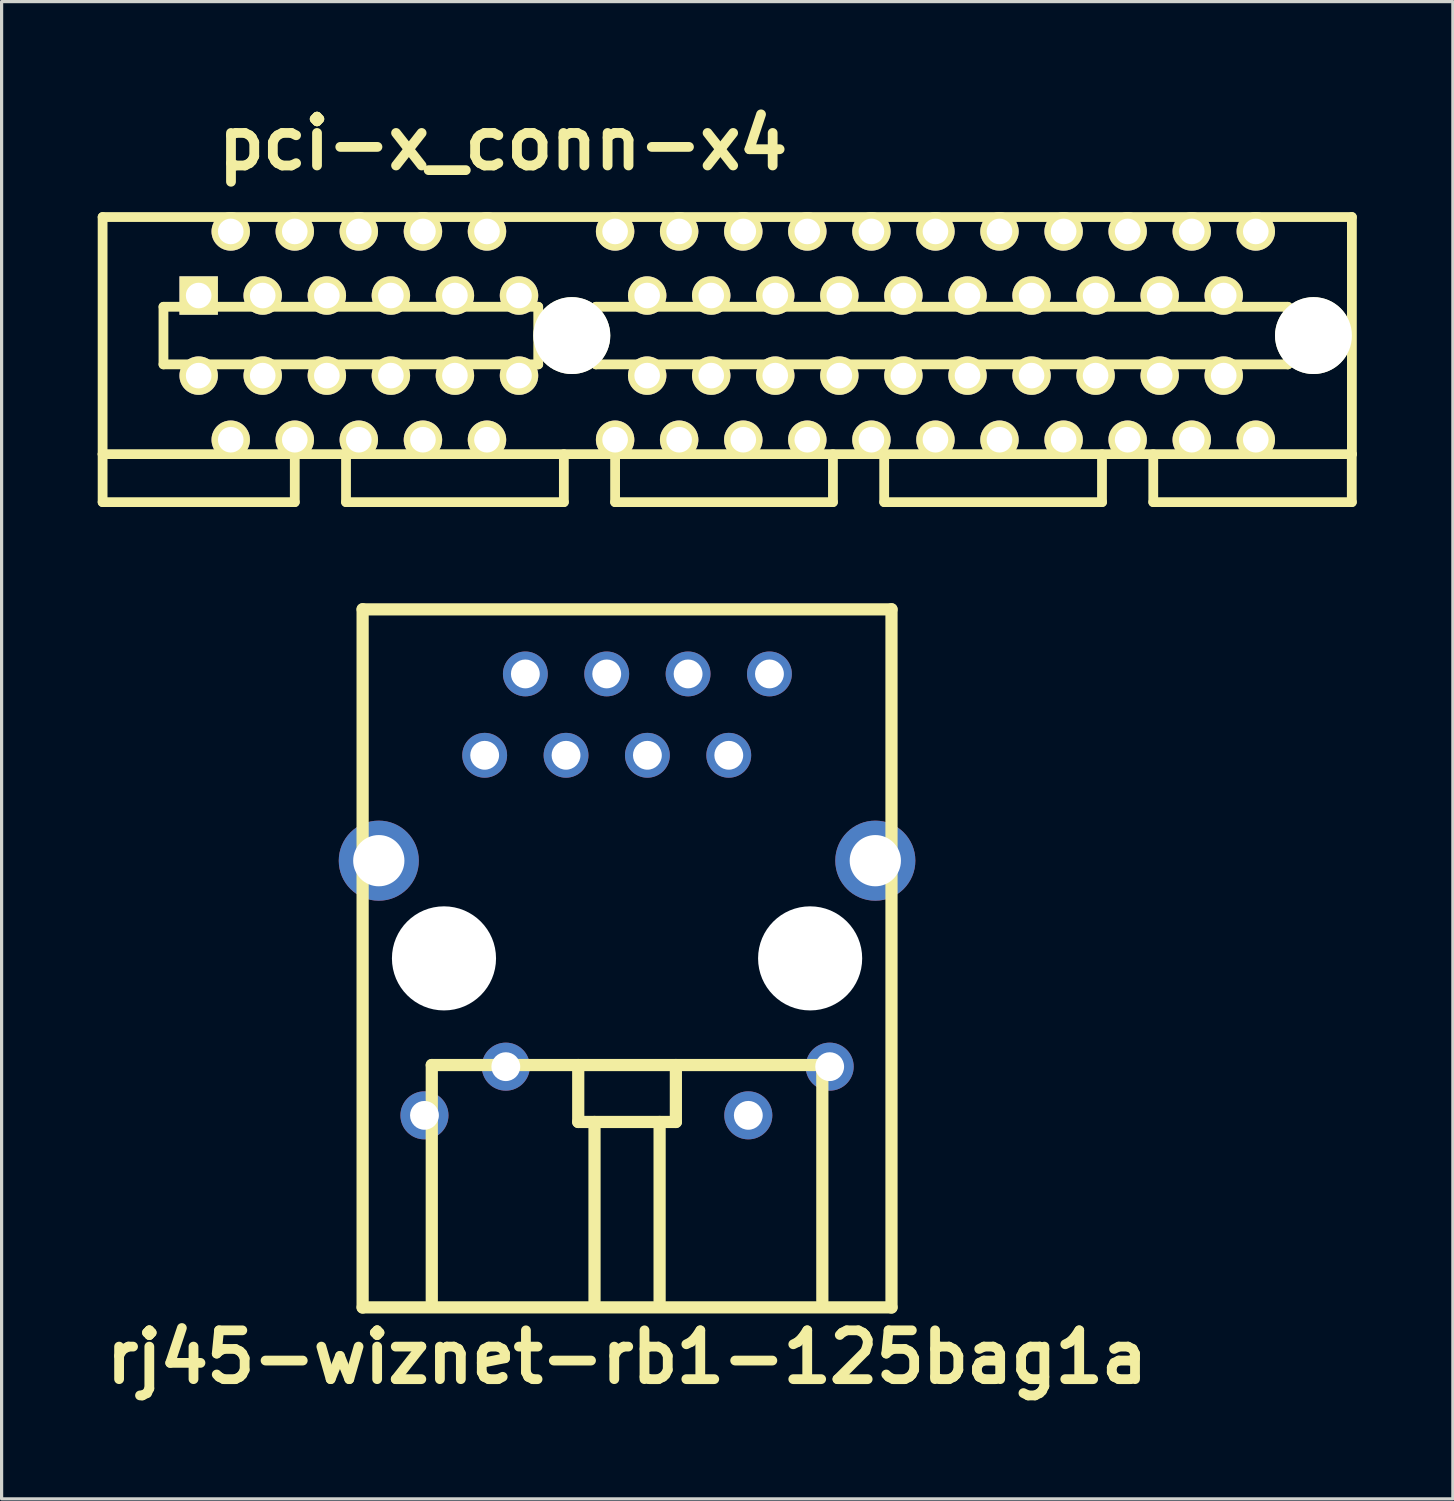
<source format=kicad_pcb>
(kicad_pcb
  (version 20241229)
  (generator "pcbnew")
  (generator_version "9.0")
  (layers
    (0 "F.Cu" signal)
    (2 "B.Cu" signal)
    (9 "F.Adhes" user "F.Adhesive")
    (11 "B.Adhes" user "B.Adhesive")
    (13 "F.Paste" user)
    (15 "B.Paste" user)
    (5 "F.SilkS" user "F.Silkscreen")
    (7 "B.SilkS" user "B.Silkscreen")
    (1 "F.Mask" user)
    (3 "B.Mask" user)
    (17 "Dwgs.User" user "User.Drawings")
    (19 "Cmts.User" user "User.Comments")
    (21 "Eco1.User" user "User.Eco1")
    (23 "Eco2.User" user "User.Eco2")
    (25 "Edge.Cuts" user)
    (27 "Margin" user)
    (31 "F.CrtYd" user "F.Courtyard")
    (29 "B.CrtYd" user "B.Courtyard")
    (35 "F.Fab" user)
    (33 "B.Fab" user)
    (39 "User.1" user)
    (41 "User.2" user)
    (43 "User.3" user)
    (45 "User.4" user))
  (footprint "pci-x_conn-x4"
    (layer "F.Cu")
    (at 12.652 7.426)
    (property "Reference" "pci-x_conn-x4" (at 0 -5.999 0) (layer "F.SilkS") (effects (font (size 1.524 1.524) (thickness 0.305))))
    (attr through_hole)
    (fp_line (start -12.499 -3.701) (end -12.499 3.701) (stroke (width 0.305) (type solid)) (layer "F.SilkS"))
    (fp_line (start -12.499 -3.701) (end 26.5 -3.701) (stroke (width 0.305) (type solid)) (layer "F.SilkS"))
    (fp_line (start -12.499 3.701) (end -12.499 5.199) (stroke (width 0.305) (type solid)) (layer "F.SilkS"))
    (fp_line (start -10.599 -0.899) (end -10.599 0.899) (stroke (width 0.305) (type solid)) (layer "F.SilkS"))
    (fp_line (start -10.599 -0.899) (end 1.1 -0.899) (stroke (width 0.305) (type solid)) (layer "F.SilkS"))
    (fp_line (start -6.5 5.199) (end -12.499 5.199) (stroke (width 0.305) (type solid)) (layer "F.SilkS"))
    (fp_line (start -6.5 5.199) (end -6.5 3.701) (stroke (width 0.305) (type solid)) (layer "F.SilkS"))
    (fp_line (start -4.9 3.701) (end -4.9 5.199) (stroke (width 0.305) (type solid)) (layer "F.SilkS"))
    (fp_line (start -4.9 5.199) (end 1.9 5.199) (stroke (width 0.305) (type solid)) (layer "F.SilkS"))
    (fp_line (start 1.1 0.899) (end -10.599 0.899) (stroke (width 0.305) (type solid)) (layer "F.SilkS"))
    (fp_line (start 1.1 0.899) (end 1.1 -0.899) (stroke (width 0.305) (type solid)) (layer "F.SilkS"))
    (fp_line (start 1.9 5.199) (end 1.9 3.701) (stroke (width 0.305) (type solid)) (layer "F.SilkS"))
    (fp_line (start 2.901 0.899) (end 2.901 -0.899) (stroke (width 0.305) (type solid)) (layer "F.SilkS"))
    (fp_line (start 2.901 0.899) (end 24.501 0.899) (stroke (width 0.305) (type solid)) (layer "F.SilkS"))
    (fp_line (start 3.5 3.701) (end 3.5 5.199) (stroke (width 0.305) (type solid)) (layer "F.SilkS"))
    (fp_line (start 3.5 5.199) (end 10.3 5.199) (stroke (width 0.305) (type solid)) (layer "F.SilkS"))
    (fp_line (start 10.3 5.199) (end 10.3 3.701) (stroke (width 0.305) (type solid)) (layer "F.SilkS"))
    (fp_line (start 11.9 5.199) (end 11.9 3.701) (stroke (width 0.305) (type solid)) (layer "F.SilkS"))
    (fp_line (start 11.902 5.199) (end 18.702 5.199) (stroke (width 0.305) (type solid)) (layer "F.SilkS"))
    (fp_line (start 18.699 5.199) (end 18.699 3.701) (stroke (width 0.305) (type solid)) (layer "F.SilkS"))
    (fp_line (start 20.3 5.199) (end 20.3 3.701) (stroke (width 0.305) (type solid)) (layer "F.SilkS"))
    (fp_line (start 24.501 -0.899) (end 2.901 -0.899) (stroke (width 0.305) (type solid)) (layer "F.SilkS"))
    (fp_line (start 24.503 -0.899) (end 24.503 0.899) (stroke (width 0.305) (type solid)) (layer "F.SilkS"))
    (fp_line (start 26.497 5.199) (end 26.497 3.701) (stroke (width 0.305) (type solid)) (layer "F.SilkS"))
    (fp_line (start 26.5 3.701) (end -12.499 3.701) (stroke (width 0.305) (type solid)) (layer "F.SilkS"))
    (fp_line (start 26.5 3.701) (end 26.5 -3.701) (stroke (width 0.305) (type solid)) (layer "F.SilkS"))
    (fp_line (start 26.5 5.199) (end 20.3 5.199) (stroke (width 0.305) (type solid)) (layer "F.SilkS"))
    (pad "" np_thru_hole circle (at 2.149 0) (size 2.4 2.4) (drill 2.4) (layers "*.Cu" "F.SilkS"))
    (pad "" np_thru_hole circle (at 25.301 0) (size 2.4 2.4) (drill 2.4) (layers "*.Cu" "F.SilkS"))
    (pad "A1" thru_hole rect (at -9.5 -1.25) (size 1.199 1.199) (drill 0.8) (layers "*.Cu" "*.Mask" "F.SilkS"))
    (pad "A2" thru_hole circle (at -8.499 -3.251) (size 1.199 1.199) (drill 0.8) (layers "*.Cu" "*.Mask" "F.SilkS"))
    (pad "A3" thru_hole circle (at -7.501 -1.25) (size 1.199 1.199) (drill 0.8) (layers "*.Cu" "*.Mask" "F.SilkS"))
    (pad "A4" thru_hole circle (at -6.5 -3.251) (size 1.199 1.199) (drill 0.8) (layers "*.Cu" "*.Mask" "F.SilkS"))
    (pad "A5" thru_hole circle (at -5.499 -1.25) (size 1.199 1.199) (drill 0.8) (layers "*.Cu" "*.Mask" "F.SilkS"))
    (pad "A6" thru_hole circle (at -4.501 -3.251) (size 1.199 1.199) (drill 0.8) (layers "*.Cu" "*.Mask" "F.SilkS"))
    (pad "A7" thru_hole circle (at -3.5 -1.25) (size 1.199 1.199) (drill 0.8) (layers "*.Cu" "*.Mask" "F.SilkS"))
    (pad "A8" thru_hole circle (at -2.499 -3.251) (size 1.199 1.199) (drill 0.8) (layers "*.Cu" "*.Mask" "F.SilkS"))
    (pad "A9" thru_hole circle (at -1.501 -1.25) (size 1.199 1.199) (drill 0.8) (layers "*.Cu" "*.Mask" "F.SilkS"))
    (pad "A10" thru_hole circle (at -0.5 -3.251) (size 1.199 1.199) (drill 0.8) (layers "*.Cu" "*.Mask" "F.SilkS"))
    (pad "A11" thru_hole circle (at 0.5 -1.25) (size 1.199 1.199) (drill 0.8) (layers "*.Cu" "*.Mask" "F.SilkS"))
    (pad "A12" thru_hole circle (at 3.5 -3.251) (size 1.199 1.199) (drill 0.8) (layers "*.Cu" "*.Mask" "F.SilkS"))
    (pad "A13" thru_hole circle (at 4.501 -1.25) (size 1.199 1.199) (drill 0.8) (layers "*.Cu" "*.Mask" "F.SilkS"))
    (pad "A14" thru_hole circle (at 5.499 -3.251) (size 1.199 1.199) (drill 0.8) (layers "*.Cu" "*.Mask" "F.SilkS"))
    (pad "A15" thru_hole circle (at 6.5 -1.25) (size 1.199 1.199) (drill 0.8) (layers "*.Cu" "*.Mask" "F.SilkS"))
    (pad "A16" thru_hole circle (at 7.501 -3.251) (size 1.199 1.199) (drill 0.8) (layers "*.Cu" "*.Mask" "F.SilkS"))
    (pad "A17" thru_hole circle (at 8.499 -1.25) (size 1.199 1.199) (drill 0.8) (layers "*.Cu" "*.Mask" "F.SilkS"))
    (pad "A18" thru_hole circle (at 9.5 -3.251) (size 1.199 1.199) (drill 0.8) (layers "*.Cu" "*.Mask" "F.SilkS"))
    (pad "A19" thru_hole circle (at 10.5 -1.25) (size 1.199 1.199) (drill 0.8) (layers "*.Cu" "*.Mask" "F.SilkS"))
    (pad "A20" thru_hole circle (at 11.501 -3.251) (size 1.199 1.199) (drill 0.8) (layers "*.Cu" "*.Mask" "F.SilkS"))
    (pad "A21" thru_hole circle (at 12.499 -1.25) (size 1.199 1.199) (drill 0.8) (layers "*.Cu" "*.Mask" "F.SilkS"))
    (pad "A22" thru_hole circle (at 13.5 -3.251) (size 1.199 1.199) (drill 0.8) (layers "*.Cu" "*.Mask" "F.SilkS"))
    (pad "A23" thru_hole circle (at 14.501 -1.25) (size 1.199 1.199) (drill 0.8) (layers "*.Cu" "*.Mask" "F.SilkS"))
    (pad "A24" thru_hole circle (at 15.499 -3.251) (size 1.199 1.199) (drill 0.8) (layers "*.Cu" "*.Mask" "F.SilkS"))
    (pad "A25" thru_hole circle (at 16.5 -1.25) (size 1.199 1.199) (drill 0.8) (layers "*.Cu" "*.Mask" "F.SilkS"))
    (pad "A26" thru_hole circle (at 17.501 -3.251) (size 1.199 1.199) (drill 0.8) (layers "*.Cu" "*.Mask" "F.SilkS"))
    (pad "A27" thru_hole circle (at 18.499 -1.25) (size 1.199 1.199) (drill 0.8) (layers "*.Cu" "*.Mask" "F.SilkS"))
    (pad "A28" thru_hole circle (at 19.5 -3.251) (size 1.199 1.199) (drill 0.8) (layers "*.Cu" "*.Mask" "F.SilkS"))
    (pad "A29" thru_hole circle (at 20.5 -1.25) (size 1.199 1.199) (drill 0.8) (layers "*.Cu" "*.Mask" "F.SilkS"))
    (pad "A30" thru_hole circle (at 21.501 -3.251) (size 1.199 1.199) (drill 0.8) (layers "*.Cu" "*.Mask" "F.SilkS"))
    (pad "A31" thru_hole circle (at 22.499 -1.25) (size 1.199 1.199) (drill 0.8) (layers "*.Cu" "*.Mask" "F.SilkS"))
    (pad "A32" thru_hole circle (at 23.5 -3.251) (size 1.199 1.199) (drill 0.8) (layers "*.Cu" "*.Mask" "F.SilkS"))
    (pad "B1" thru_hole circle (at -9.5 1.25) (size 1.199 1.199) (drill 0.8) (layers "*.Cu" "*.Mask" "F.SilkS"))
    (pad "B2" thru_hole circle (at -8.499 3.251) (size 1.199 1.199) (drill 0.8) (layers "*.Cu" "*.Mask" "F.SilkS"))
    (pad "B3" thru_hole circle (at -7.501 1.25) (size 1.199 1.199) (drill 0.8) (layers "*.Cu" "*.Mask" "F.SilkS"))
    (pad "B4" thru_hole circle (at -6.5 3.251) (size 1.199 1.199) (drill 0.8) (layers "*.Cu" "*.Mask" "F.SilkS"))
    (pad "B5" thru_hole circle (at -5.499 1.25) (size 1.199 1.199) (drill 0.8) (layers "*.Cu" "*.Mask" "F.SilkS"))
    (pad "B6" thru_hole circle (at -4.501 3.251) (size 1.199 1.199) (drill 0.8) (layers "*.Cu" "*.Mask" "F.SilkS"))
    (pad "B7" thru_hole circle (at -3.5 1.25) (size 1.199 1.199) (drill 0.8) (layers "*.Cu" "*.Mask" "F.SilkS"))
    (pad "B8" thru_hole circle (at -2.499 3.251) (size 1.199 1.199) (drill 0.8) (layers "*.Cu" "*.Mask" "F.SilkS"))
    (pad "B9" thru_hole circle (at -1.501 1.25) (size 1.199 1.199) (drill 0.8) (layers "*.Cu" "*.Mask" "F.SilkS"))
    (pad "B10" thru_hole circle (at -0.5 3.251) (size 1.199 1.199) (drill 0.8) (layers "*.Cu" "*.Mask" "F.SilkS"))
    (pad "B11" thru_hole circle (at 0.5 1.25) (size 1.199 1.199) (drill 0.8) (layers "*.Cu" "*.Mask" "F.SilkS"))
    (pad "B12" thru_hole circle (at 3.5 3.251) (size 1.199 1.199) (drill 0.8) (layers "*.Cu" "*.Mask" "F.SilkS"))
    (pad "B13" thru_hole circle (at 4.501 1.25) (size 1.199 1.199) (drill 0.8) (layers "*.Cu" "*.Mask" "F.SilkS"))
    (pad "B14" thru_hole circle (at 5.499 3.251) (size 1.199 1.199) (drill 0.8) (layers "*.Cu" "*.Mask" "F.SilkS"))
    (pad "B15" thru_hole circle (at 6.5 1.25) (size 1.199 1.199) (drill 0.8) (layers "*.Cu" "*.Mask" "F.SilkS"))
    (pad "B16" thru_hole circle (at 7.501 3.251) (size 1.199 1.199) (drill 0.8) (layers "*.Cu" "*.Mask" "F.SilkS"))
    (pad "B17" thru_hole circle (at 8.499 1.25) (size 1.199 1.199) (drill 0.8) (layers "*.Cu" "*.Mask" "F.SilkS"))
    (pad "B18" thru_hole circle (at 9.5 3.251) (size 1.199 1.199) (drill 0.8) (layers "*.Cu" "*.Mask" "F.SilkS"))
    (pad "B19" thru_hole circle (at 10.5 1.25) (size 1.199 1.199) (drill 0.8) (layers "*.Cu" "*.Mask" "F.SilkS"))
    (pad "B20" thru_hole circle (at 11.501 3.251) (size 1.199 1.199) (drill 0.8) (layers "*.Cu" "*.Mask" "F.SilkS"))
    (pad "B21" thru_hole circle (at 12.499 1.25) (size 1.199 1.199) (drill 0.8) (layers "*.Cu" "*.Mask" "F.SilkS"))
    (pad "B22" thru_hole circle (at 13.5 3.251) (size 1.199 1.199) (drill 0.8) (layers "*.Cu" "*.Mask" "F.SilkS"))
    (pad "B23" thru_hole circle (at 14.501 1.25) (size 1.199 1.199) (drill 0.8) (layers "*.Cu" "*.Mask" "F.SilkS"))
    (pad "B24" thru_hole circle (at 15.499 3.251) (size 1.199 1.199) (drill 0.8) (layers "*.Cu" "*.Mask" "F.SilkS"))
    (pad "B25" thru_hole circle (at 16.5 1.25) (size 1.199 1.199) (drill 0.8) (layers "*.Cu" "*.Mask" "F.SilkS"))
    (pad "B26" thru_hole circle (at 17.501 3.251) (size 1.199 1.199) (drill 0.8) (layers "*.Cu" "*.Mask" "F.SilkS"))
    (pad "B27" thru_hole circle (at 18.499 1.25) (size 1.199 1.199) (drill 0.8) (layers "*.Cu" "*.Mask" "F.SilkS"))
    (pad "B28" thru_hole circle (at 19.5 3.251) (size 1.199 1.199) (drill 0.8) (layers "*.Cu" "*.Mask" "F.SilkS"))
    (pad "B29" thru_hole circle (at 20.5 1.25) (size 1.199 1.199) (drill 0.8) (layers "*.Cu" "*.Mask" "F.SilkS"))
    (pad "B30" thru_hole circle (at 21.501 3.251) (size 1.199 1.199) (drill 0.8) (layers "*.Cu" "*.Mask" "F.SilkS"))
    (pad "B31" thru_hole circle (at 22.499 1.25) (size 1.199 1.199) (drill 0.8) (layers "*.Cu" "*.Mask" "F.SilkS"))
    (pad "B32" thru_hole circle (at 23.5 3.251) (size 1.199 1.199) (drill 0.8) (layers "*.Cu" "*.Mask" "F.SilkS")))
  (footprint "rj45-wiznet-rb1-125bag1a"
    (layer "F.Cu")
    (at 16.525 26.868)
    (property "Reference" "rj45-wiznet-rb1-125bag1a" (at 0 12.446 0) (layer "F.SilkS") (effects (font (size 1.524 1.524) (thickness 0.305))))
    (attr through_hole)
    (fp_line (start -8.255 -10.895) (end 8.255 -10.895) (stroke (width 0.381) (type solid)) (layer "F.SilkS"))
    (fp_line (start -8.255 10.895) (end 8.255 10.895) (stroke (width 0.381) (type solid)) (layer "F.SilkS"))
    (fp_line (start -8.255 10.9) (end -8.255 -10.9) (stroke (width 0.381) (type solid)) (layer "F.SilkS"))
    (fp_line (start -6.096 3.329) (end -6.096 10.695) (stroke (width 0.381) (type solid)) (layer "F.SilkS"))
    (fp_line (start -6.096 3.329) (end 6.096 3.329) (stroke (width 0.381) (type solid)) (layer "F.SilkS"))
    (fp_line (start -1.524 5.107) (end -1.524 3.329) (stroke (width 0.381) (type solid)) (layer "F.SilkS"))
    (fp_line (start -1.016 10.695) (end -1.016 5.107) (stroke (width 0.381) (type solid)) (layer "F.SilkS"))
    (fp_line (start 1.016 5.107) (end 1.016 10.695) (stroke (width 0.381) (type solid)) (layer "F.SilkS"))
    (fp_line (start 1.524 3.329) (end 1.524 5.107) (stroke (width 0.381) (type solid)) (layer "F.SilkS"))
    (fp_line (start 1.524 5.107) (end -1.524 5.107) (stroke (width 0.381) (type solid)) (layer "F.SilkS"))
    (fp_line (start 6.096 3.329) (end 6.096 10.695) (stroke (width 0.381) (type solid)) (layer "F.SilkS"))
    (fp_line (start 8.255 -10.9) (end 8.255 10.9) (stroke (width 0.381) (type solid)) (layer "F.SilkS"))
    (pad "" np_thru_hole circle (at -5.715 0) (size 3.25 3.25) (drill 3.25) (layers "*.Cu"))
    (pad "" np_thru_hole circle (at 5.715 0) (size 3.25 3.25) (drill 3.25) (layers "*.Cu"))
    (pad "1" thru_hole circle (at -4.445 -6.34) (size 1.4 1.4) (drill 0.9) (layers "*.Cu" "*.Mask"))
    (pad "2" thru_hole circle (at -3.175 -8.88) (size 1.4 1.4) (drill 0.9) (layers "*.Cu" "*.Mask"))
    (pad "3" thru_hole circle (at -1.905 -6.34) (size 1.4 1.4) (drill 0.9) (layers "*.Cu" "*.Mask"))
    (pad "4" thru_hole circle (at -0.635 -8.88) (size 1.4 1.4) (drill 0.9) (layers "*.Cu" "*.Mask"))
    (pad "5" thru_hole circle (at 0.635 -6.34) (size 1.4 1.4) (drill 0.9) (layers "*.Cu" "*.Mask"))
    (pad "6" thru_hole circle (at 1.905 -8.88) (size 1.4 1.4) (drill 0.9) (layers "*.Cu" "*.Mask"))
    (pad "7" thru_hole circle (at 3.175 -6.34) (size 1.4 1.4) (drill 0.9) (layers "*.Cu" "*.Mask"))
    (pad "8" thru_hole circle (at 4.445 -8.88) (size 1.4 1.4) (drill 0.9) (layers "*.Cu" "*.Mask"))
    (pad "9" thru_hole circle (at 6.325 3.38) (size 1.5 1.5) (drill 0.9) (layers "*.Cu" "*.Mask"))
    (pad "10" thru_hole circle (at 3.785 4.9) (size 1.5 1.5) (drill 0.9) (layers "*.Cu" "*.Mask"))
    (pad "11" thru_hole circle (at -3.785 3.38) (size 1.5 1.5) (drill 0.9) (layers "*.Cu" "*.Mask"))
    (pad "12" thru_hole circle (at -6.325 4.9) (size 1.5 1.5) (drill 0.9) (layers "*.Cu" "*.Mask"))
    (pad "13" thru_hole circle (at -7.75 -3.05) (size 2.5 2.5) (drill 1.6) (layers "*.Cu" "*.Mask"))
    (pad "13" thru_hole circle (at 7.75 -3.05) (size 2.5 2.5) (drill 1.6) (layers "*.Cu" "*.Mask")))
  (gr_rect
    (start -3 -3)
    (end 42.304 43.741)
    (stroke (width 0.1) (type default))
    (fill no)
    (layer "Edge.Cuts")))
</source>
